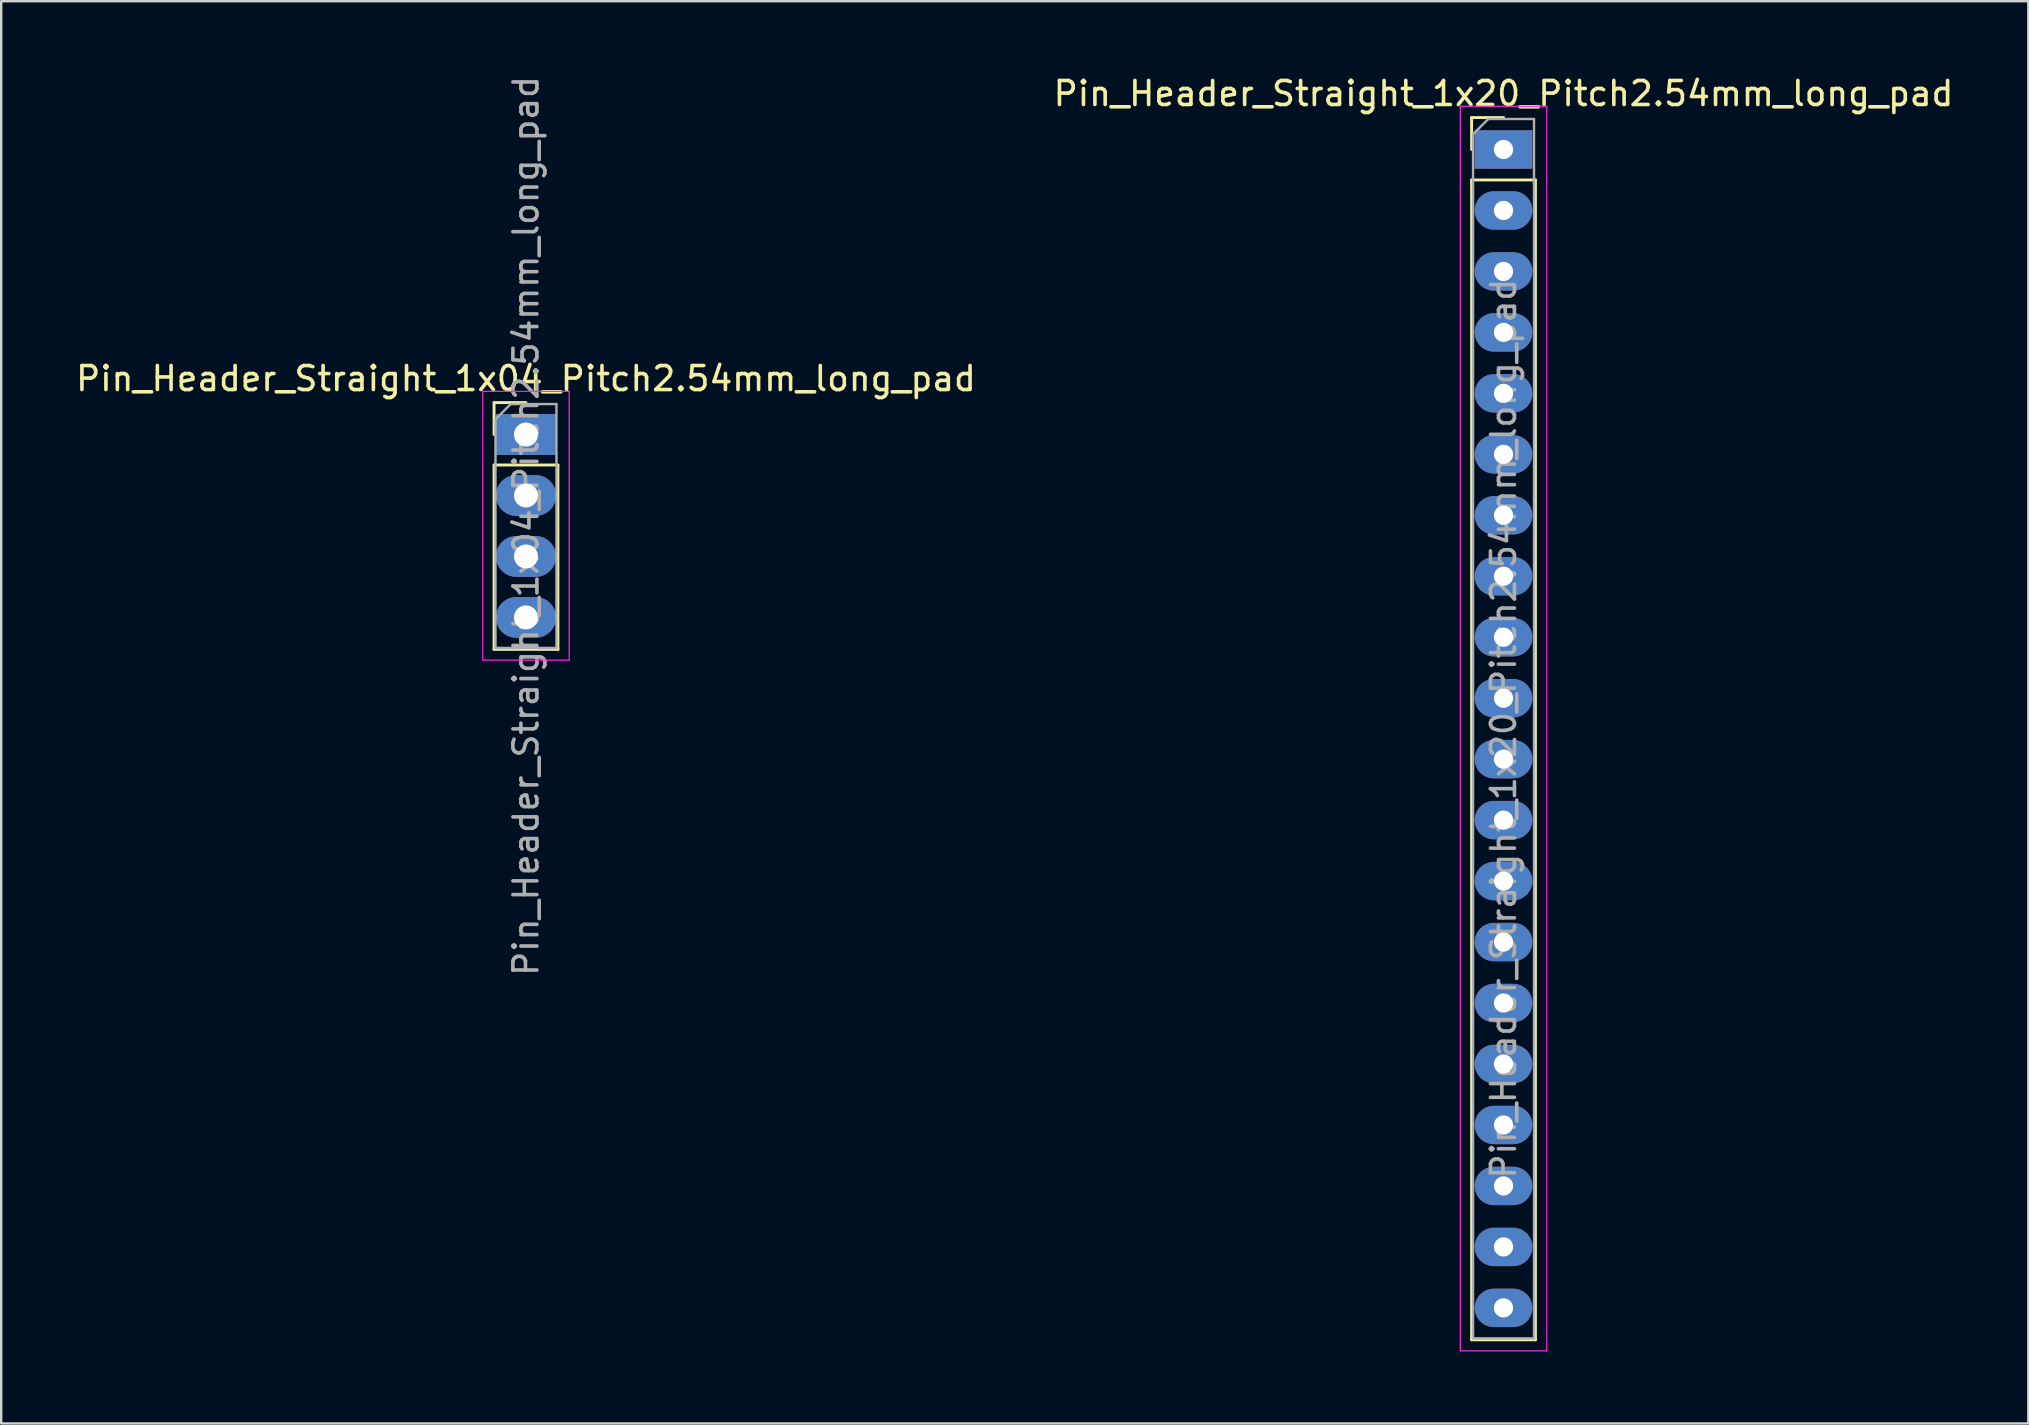
<source format=kicad_pcb>
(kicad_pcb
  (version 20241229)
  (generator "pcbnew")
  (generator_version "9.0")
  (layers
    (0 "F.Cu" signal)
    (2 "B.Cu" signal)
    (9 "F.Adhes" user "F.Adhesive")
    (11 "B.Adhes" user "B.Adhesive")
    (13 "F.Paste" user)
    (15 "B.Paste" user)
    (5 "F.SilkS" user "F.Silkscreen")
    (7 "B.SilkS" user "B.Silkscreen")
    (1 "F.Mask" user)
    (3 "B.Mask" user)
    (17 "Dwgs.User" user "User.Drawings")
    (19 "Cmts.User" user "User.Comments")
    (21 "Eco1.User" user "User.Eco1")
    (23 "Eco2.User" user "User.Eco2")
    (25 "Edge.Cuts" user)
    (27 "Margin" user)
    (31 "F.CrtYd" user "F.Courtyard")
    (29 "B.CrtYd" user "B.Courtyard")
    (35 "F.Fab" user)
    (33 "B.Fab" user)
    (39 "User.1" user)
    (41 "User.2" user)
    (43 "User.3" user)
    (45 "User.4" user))
  (footprint "Pin_Header_Straight_1x04_Pitch2.54mm_long_pad"
    (layer "F.Cu")
    (at 18.863 15.053)
    (property "Reference" "Pin_Header_Straight_1x04_Pitch2.54mm_long_pad" (at 0 -2.33 0) (layer "F.SilkS") (effects (font (size 1 1) (thickness 0.15))))
    (attr through_hole)
    (fp_line (start -1.33 -1.33) (end 0 -1.33) (stroke (width 0.12) (type solid)) (layer "F.SilkS"))
    (fp_line (start -1.33 0) (end -1.33 -1.33) (stroke (width 0.12) (type solid)) (layer "F.SilkS"))
    (fp_line (start -1.33 1.27) (end -1.33 8.95) (stroke (width 0.12) (type solid)) (layer "F.SilkS"))
    (fp_line (start -1.33 1.27) (end 1.33 1.27) (stroke (width 0.12) (type solid)) (layer "F.SilkS"))
    (fp_line (start -1.33 8.95) (end 1.33 8.95) (stroke (width 0.12) (type solid)) (layer "F.SilkS"))
    (fp_line (start 1.33 1.27) (end 1.33 8.95) (stroke (width 0.12) (type solid)) (layer "F.SilkS"))
    (fp_line (start -1.8 -1.8) (end -1.8 9.4) (stroke (width 0.05) (type solid)) (layer "F.CrtYd"))
    (fp_line (start -1.8 9.4) (end 1.8 9.4) (stroke (width 0.05) (type solid)) (layer "F.CrtYd"))
    (fp_line (start 1.8 -1.8) (end -1.8 -1.8) (stroke (width 0.05) (type solid)) (layer "F.CrtYd"))
    (fp_line (start 1.8 9.4) (end 1.8 -1.8) (stroke (width 0.05) (type solid)) (layer "F.CrtYd"))
    (fp_line (start -1.27 -0.635) (end -0.635 -1.27) (stroke (width 0.1) (type solid)) (layer "F.Fab"))
    (fp_line (start -1.27 8.89) (end -1.27 -0.635) (stroke (width 0.1) (type solid)) (layer "F.Fab"))
    (fp_line (start -0.635 -1.27) (end 1.27 -1.27) (stroke (width 0.1) (type solid)) (layer "F.Fab"))
    (fp_line (start 1.27 -1.27) (end 1.27 8.89) (stroke (width 0.1) (type solid)) (layer "F.Fab"))
    (fp_line (start 1.27 8.89) (end -1.27 8.89) (stroke (width 0.1) (type solid)) (layer "F.Fab"))
    (fp_text user "${REFERENCE}" (at 0 3.81 90) (layer "F.Fab") (effects (font (size 1 1) (thickness 0.15))))
    (pad "1" thru_hole rect (at 0 0) (size 2.5 1.7) (drill 1) (layers "*.Cu" "*.Mask"))
    (pad "2" thru_hole oval (at 0 2.54) (size 2.5 1.7) (drill 1) (layers "*.Cu" "*.Mask"))
    (pad "3" thru_hole oval (at 0 5.08) (size 2.5 1.7) (drill 1) (layers "*.Cu" "*.Mask"))
    (pad "4" thru_hole oval (at 0 7.62) (size 2.5 1.7) (drill 1) (layers "*.Cu" "*.Mask")))
  (footprint "Pin_Header_Straight_1x20_Pitch2.54mm_long_pad"
    (layer "F.Cu")
    (at 59.589 3.178)
    (property "Reference" "Pin_Header_Straight_1x20_Pitch2.54mm_long_pad" (at 0 -2.33 0) (layer "F.SilkS") (effects (font (size 1 1) (thickness 0.15))))
    (attr through_hole)
    (fp_line (start -1.33 -1.33) (end 0 -1.33) (stroke (width 0.12) (type solid)) (layer "F.SilkS"))
    (fp_line (start -1.33 0) (end -1.33 -1.33) (stroke (width 0.12) (type solid)) (layer "F.SilkS"))
    (fp_line (start -1.33 1.27) (end -1.33 49.59) (stroke (width 0.12) (type solid)) (layer "F.SilkS"))
    (fp_line (start -1.33 1.27) (end 1.33 1.27) (stroke (width 0.12) (type solid)) (layer "F.SilkS"))
    (fp_line (start -1.33 49.59) (end 1.33 49.59) (stroke (width 0.12) (type solid)) (layer "F.SilkS"))
    (fp_line (start 1.33 1.27) (end 1.33 49.59) (stroke (width 0.12) (type solid)) (layer "F.SilkS"))
    (fp_line (start -1.8 -1.8) (end -1.8 50.05) (stroke (width 0.05) (type solid)) (layer "F.CrtYd"))
    (fp_line (start -1.8 50.05) (end 1.8 50.05) (stroke (width 0.05) (type solid)) (layer "F.CrtYd"))
    (fp_line (start 1.8 -1.8) (end -1.8 -1.8) (stroke (width 0.05) (type solid)) (layer "F.CrtYd"))
    (fp_line (start 1.8 50.05) (end 1.8 -1.8) (stroke (width 0.05) (type solid)) (layer "F.CrtYd"))
    (fp_line (start -1.27 -0.635) (end -0.635 -1.27) (stroke (width 0.1) (type solid)) (layer "F.Fab"))
    (fp_line (start -1.27 49.53) (end -1.27 -0.635) (stroke (width 0.1) (type solid)) (layer "F.Fab"))
    (fp_line (start -0.635 -1.27) (end 1.27 -1.27) (stroke (width 0.1) (type solid)) (layer "F.Fab"))
    (fp_line (start 1.27 -1.27) (end 1.27 49.53) (stroke (width 0.1) (type solid)) (layer "F.Fab"))
    (fp_line (start 1.27 49.53) (end -1.27 49.53) (stroke (width 0.1) (type solid)) (layer "F.Fab"))
    (fp_text user "${REFERENCE}" (at 0 24.13 90) (layer "F.Fab") (effects (font (size 1 1) (thickness 0.15))))
    (pad "1" thru_hole rect (at 0 0) (size 2.4 1.6) (drill 0.8) (layers "*.Cu" "*.Mask"))
    (pad "2" thru_hole oval (at 0 2.54) (size 2.4 1.6) (drill 0.8) (layers "*.Cu" "*.Mask"))
    (pad "3" thru_hole oval (at 0 5.08) (size 2.4 1.6) (drill 0.8) (layers "*.Cu" "*.Mask"))
    (pad "4" thru_hole oval (at 0 7.62) (size 2.4 1.6) (drill 0.8) (layers "*.Cu" "*.Mask"))
    (pad "5" thru_hole oval (at 0 10.16) (size 2.4 1.6) (drill 0.8) (layers "*.Cu" "*.Mask"))
    (pad "6" thru_hole oval (at 0 12.7) (size 2.4 1.6) (drill 0.8) (layers "*.Cu" "*.Mask"))
    (pad "7" thru_hole oval (at 0 15.24) (size 2.4 1.6) (drill 0.8) (layers "*.Cu" "*.Mask"))
    (pad "8" thru_hole oval (at 0 17.78) (size 2.4 1.6) (drill 0.8) (layers "*.Cu" "*.Mask"))
    (pad "9" thru_hole oval (at 0 20.32) (size 2.4 1.6) (drill 0.8) (layers "*.Cu" "*.Mask"))
    (pad "10" thru_hole oval (at 0 22.86) (size 2.4 1.6) (drill 0.8) (layers "*.Cu" "*.Mask"))
    (pad "11" thru_hole oval (at 0 25.4) (size 2.4 1.6) (drill 0.8) (layers "*.Cu" "*.Mask"))
    (pad "12" thru_hole oval (at 0 27.94) (size 2.4 1.6) (drill 0.8) (layers "*.Cu" "*.Mask"))
    (pad "13" thru_hole oval (at 0 30.48) (size 2.4 1.6) (drill 0.8) (layers "*.Cu" "*.Mask"))
    (pad "14" thru_hole oval (at 0 33.02) (size 2.4 1.6) (drill 0.8) (layers "*.Cu" "*.Mask"))
    (pad "15" thru_hole oval (at 0 35.56) (size 2.4 1.6) (drill 0.8) (layers "*.Cu" "*.Mask"))
    (pad "16" thru_hole oval (at 0 38.1) (size 2.4 1.6) (drill 0.8) (layers "*.Cu" "*.Mask"))
    (pad "17" thru_hole oval (at 0 40.64) (size 2.4 1.6) (drill 0.8) (layers "*.Cu" "*.Mask"))
    (pad "18" thru_hole oval (at 0 43.18) (size 2.4 1.6) (drill 0.8) (layers "*.Cu" "*.Mask"))
    (pad "19" thru_hole oval (at 0 45.72) (size 2.4 1.6) (drill 0.8) (layers "*.Cu" "*.Mask"))
    (pad "20" thru_hole oval (at 0 48.26) (size 2.4 1.6) (drill 0.8) (layers "*.Cu" "*.Mask")))
  (gr_rect
    (start -3 -3)
    (end 81.452 56.253)
    (stroke (width 0.1) (type default))
    (fill no)
    (layer "Edge.Cuts")))
</source>
